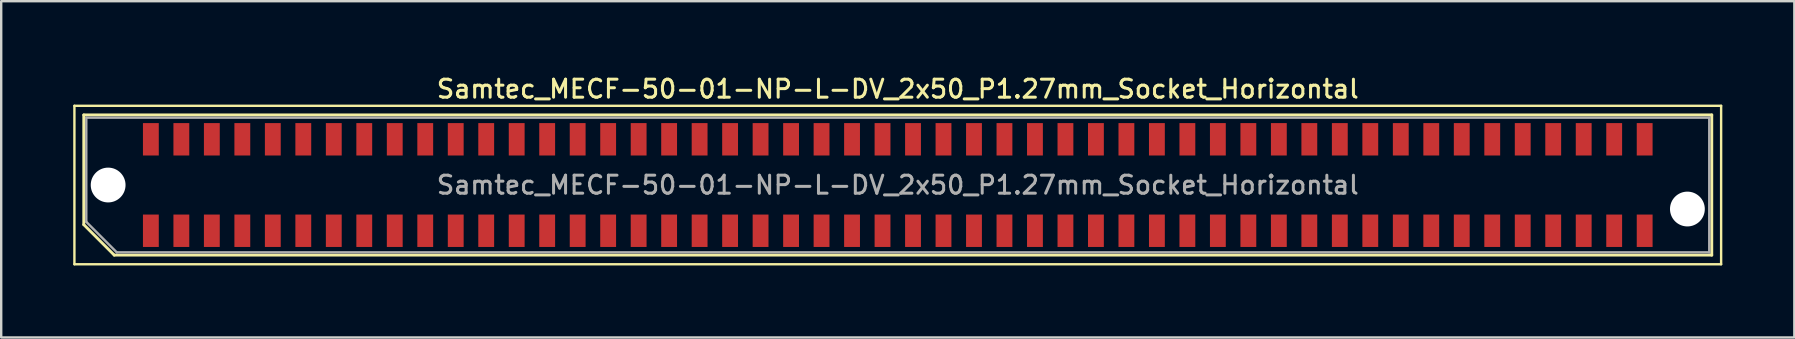
<source format=kicad_pcb>
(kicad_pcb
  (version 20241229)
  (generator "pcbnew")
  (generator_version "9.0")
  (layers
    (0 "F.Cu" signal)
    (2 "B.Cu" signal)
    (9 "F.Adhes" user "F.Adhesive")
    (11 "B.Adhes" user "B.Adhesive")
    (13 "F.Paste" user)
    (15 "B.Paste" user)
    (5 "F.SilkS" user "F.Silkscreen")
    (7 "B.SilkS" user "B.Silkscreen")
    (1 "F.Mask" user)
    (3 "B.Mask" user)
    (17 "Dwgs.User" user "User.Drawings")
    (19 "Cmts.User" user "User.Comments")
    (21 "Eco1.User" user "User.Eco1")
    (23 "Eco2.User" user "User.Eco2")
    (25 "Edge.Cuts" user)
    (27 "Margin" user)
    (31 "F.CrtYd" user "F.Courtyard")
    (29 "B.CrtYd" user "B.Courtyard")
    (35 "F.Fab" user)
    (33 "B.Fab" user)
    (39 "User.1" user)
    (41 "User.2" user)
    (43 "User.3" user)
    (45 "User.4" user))
  (footprint "Samtec_MECF-50-01-NP-L-DV_2x50_P1.27mm_Socket_Horizontal"
    (layer "F.Cu")
    (at 34.35 4.658)
    (property "Reference" "Samtec_MECF-50-01-NP-L-DV_2x50_P1.27mm_Socket_Horizontal" (at 0 -4 0) (layer "F.SilkS") (effects (font (size 0.75 0.75) (thickness 0.125))))
    (attr smd)
    (fp_line (start -34.3 -3.3) (end -34.3 3.3) (stroke (width 0.1) (type solid)) (layer "F.SilkS"))
    (fp_line (start -34.3 3.3) (end 34.3 3.3) (stroke (width 0.1) (type solid)) (layer "F.SilkS"))
    (fp_line (start -33.91 -2.92) (end 33.91 -2.92) (stroke (width 0.12) (type solid)) (layer "F.SilkS"))
    (fp_line (start -33.91 1.65) (end -33.91 -2.92) (stroke (width 0.12) (type solid)) (layer "F.SilkS"))
    (fp_line (start -32.64 2.92) (end -33.91 1.65) (stroke (width 0.12) (type solid)) (layer "F.SilkS"))
    (fp_line (start -32.64 2.92) (end 33.91 2.92) (stroke (width 0.12) (type solid)) (layer "F.SilkS"))
    (fp_line (start 33.91 2.92) (end 33.91 -2.92) (stroke (width 0.12) (type solid)) (layer "F.SilkS"))
    (fp_line (start 34.3 -3.3) (end -34.3 -3.3) (stroke (width 0.1) (type solid)) (layer "F.SilkS"))
    (fp_line (start 34.3 3.3) (end 34.3 -3.3) (stroke (width 0.1) (type solid)) (layer "F.SilkS"))
    (fp_line (start -33.805 -2.805) (end 33.805 -2.805) (stroke (width 0.1) (type solid)) (layer "F.Fab"))
    (fp_line (start -33.805 1.535) (end -33.805 -2.805) (stroke (width 0.1) (type solid)) (layer "F.Fab"))
    (fp_line (start -33.805 1.535) (end -32.535 2.805) (stroke (width 0.1) (type solid)) (layer "F.Fab"))
    (fp_line (start -32.535 2.805) (end 33.805 2.805) (stroke (width 0.1) (type solid)) (layer "F.Fab"))
    (fp_line (start 33.805 2.805) (end 33.805 -2.805) (stroke (width 0.1) (type solid)) (layer "F.Fab"))
    (fp_text user "${REFERENCE}" (at 0 0 0) (layer "F.Fab") (effects (font (size 0.75 0.75) (thickness 0.125))))
    (pad "" np_thru_hole circle (at -32.895 0) (size 1.45 1.45) (drill 1.45) (layers "*.Cu" "*.Mask"))
    (pad "" np_thru_hole circle (at 32.895 1) (size 1.45 1.45) (drill 1.45) (layers "*.Cu" "*.Mask"))
    (pad "1" smd rect (at -31.115 1.905) (size 0.66 1.35) (layers "F.Cu" "F.Mask" "F.Paste"))
    (pad "2" smd rect (at -31.115 -1.905) (size 0.66 1.35) (layers "F.Cu" "F.Mask" "F.Paste"))
    (pad "3" smd rect (at -29.845 1.905) (size 0.66 1.35) (layers "F.Cu" "F.Mask" "F.Paste"))
    (pad "4" smd rect (at -29.845 -1.905) (size 0.66 1.35) (layers "F.Cu" "F.Mask" "F.Paste"))
    (pad "5" smd rect (at -28.575 1.905) (size 0.66 1.35) (layers "F.Cu" "F.Mask" "F.Paste"))
    (pad "6" smd rect (at -28.575 -1.905) (size 0.66 1.35) (layers "F.Cu" "F.Mask" "F.Paste"))
    (pad "7" smd rect (at -27.305 1.905) (size 0.66 1.35) (layers "F.Cu" "F.Mask" "F.Paste"))
    (pad "8" smd rect (at -27.305 -1.905) (size 0.66 1.35) (layers "F.Cu" "F.Mask" "F.Paste"))
    (pad "9" smd rect (at -26.035 1.905) (size 0.66 1.35) (layers "F.Cu" "F.Mask" "F.Paste"))
    (pad "10" smd rect (at -26.035 -1.905) (size 0.66 1.35) (layers "F.Cu" "F.Mask" "F.Paste"))
    (pad "11" smd rect (at -24.765 1.905) (size 0.66 1.35) (layers "F.Cu" "F.Mask" "F.Paste"))
    (pad "12" smd rect (at -24.765 -1.905) (size 0.66 1.35) (layers "F.Cu" "F.Mask" "F.Paste"))
    (pad "13" smd rect (at -23.495 1.905) (size 0.66 1.35) (layers "F.Cu" "F.Mask" "F.Paste"))
    (pad "14" smd rect (at -23.495 -1.905) (size 0.66 1.35) (layers "F.Cu" "F.Mask" "F.Paste"))
    (pad "15" smd rect (at -22.225 1.905) (size 0.66 1.35) (layers "F.Cu" "F.Mask" "F.Paste"))
    (pad "16" smd rect (at -22.225 -1.905) (size 0.66 1.35) (layers "F.Cu" "F.Mask" "F.Paste"))
    (pad "17" smd rect (at -20.955 1.905) (size 0.66 1.35) (layers "F.Cu" "F.Mask" "F.Paste"))
    (pad "18" smd rect (at -20.955 -1.905) (size 0.66 1.35) (layers "F.Cu" "F.Mask" "F.Paste"))
    (pad "19" smd rect (at -19.685 1.905) (size 0.66 1.35) (layers "F.Cu" "F.Mask" "F.Paste"))
    (pad "20" smd rect (at -19.685 -1.905) (size 0.66 1.35) (layers "F.Cu" "F.Mask" "F.Paste"))
    (pad "21" smd rect (at -18.415 1.905) (size 0.66 1.35) (layers "F.Cu" "F.Mask" "F.Paste"))
    (pad "22" smd rect (at -18.415 -1.905) (size 0.66 1.35) (layers "F.Cu" "F.Mask" "F.Paste"))
    (pad "23" smd rect (at -17.145 1.905) (size 0.66 1.35) (layers "F.Cu" "F.Mask" "F.Paste"))
    (pad "24" smd rect (at -17.145 -1.905) (size 0.66 1.35) (layers "F.Cu" "F.Mask" "F.Paste"))
    (pad "25" smd rect (at -15.875 1.905) (size 0.66 1.35) (layers "F.Cu" "F.Mask" "F.Paste"))
    (pad "26" smd rect (at -15.875 -1.905) (size 0.66 1.35) (layers "F.Cu" "F.Mask" "F.Paste"))
    (pad "27" smd rect (at -14.605 1.905) (size 0.66 1.35) (layers "F.Cu" "F.Mask" "F.Paste"))
    (pad "28" smd rect (at -14.605 -1.905) (size 0.66 1.35) (layers "F.Cu" "F.Mask" "F.Paste"))
    (pad "29" smd rect (at -13.335 1.905) (size 0.66 1.35) (layers "F.Cu" "F.Mask" "F.Paste"))
    (pad "30" smd rect (at -13.335 -1.905) (size 0.66 1.35) (layers "F.Cu" "F.Mask" "F.Paste"))
    (pad "31" smd rect (at -12.065 1.905) (size 0.66 1.35) (layers "F.Cu" "F.Mask" "F.Paste"))
    (pad "32" smd rect (at -12.065 -1.905) (size 0.66 1.35) (layers "F.Cu" "F.Mask" "F.Paste"))
    (pad "33" smd rect (at -10.795 1.905) (size 0.66 1.35) (layers "F.Cu" "F.Mask" "F.Paste"))
    (pad "34" smd rect (at -10.795 -1.905) (size 0.66 1.35) (layers "F.Cu" "F.Mask" "F.Paste"))
    (pad "35" smd rect (at -9.525 1.905) (size 0.66 1.35) (layers "F.Cu" "F.Mask" "F.Paste"))
    (pad "36" smd rect (at -9.525 -1.905) (size 0.66 1.35) (layers "F.Cu" "F.Mask" "F.Paste"))
    (pad "37" smd rect (at -8.255 1.905) (size 0.66 1.35) (layers "F.Cu" "F.Mask" "F.Paste"))
    (pad "38" smd rect (at -8.255 -1.905) (size 0.66 1.35) (layers "F.Cu" "F.Mask" "F.Paste"))
    (pad "39" smd rect (at -6.985 1.905) (size 0.66 1.35) (layers "F.Cu" "F.Mask" "F.Paste"))
    (pad "40" smd rect (at -6.985 -1.905) (size 0.66 1.35) (layers "F.Cu" "F.Mask" "F.Paste"))
    (pad "41" smd rect (at -5.715 1.905) (size 0.66 1.35) (layers "F.Cu" "F.Mask" "F.Paste"))
    (pad "42" smd rect (at -5.715 -1.905) (size 0.66 1.35) (layers "F.Cu" "F.Mask" "F.Paste"))
    (pad "43" smd rect (at -4.445 1.905) (size 0.66 1.35) (layers "F.Cu" "F.Mask" "F.Paste"))
    (pad "44" smd rect (at -4.445 -1.905) (size 0.66 1.35) (layers "F.Cu" "F.Mask" "F.Paste"))
    (pad "45" smd rect (at -3.175 1.905) (size 0.66 1.35) (layers "F.Cu" "F.Mask" "F.Paste"))
    (pad "46" smd rect (at -3.175 -1.905) (size 0.66 1.35) (layers "F.Cu" "F.Mask" "F.Paste"))
    (pad "47" smd rect (at -1.905 1.905) (size 0.66 1.35) (layers "F.Cu" "F.Mask" "F.Paste"))
    (pad "48" smd rect (at -1.905 -1.905) (size 0.66 1.35) (layers "F.Cu" "F.Mask" "F.Paste"))
    (pad "49" smd rect (at -0.635 1.905) (size 0.66 1.35) (layers "F.Cu" "F.Mask" "F.Paste"))
    (pad "50" smd rect (at -0.635 -1.905) (size 0.66 1.35) (layers "F.Cu" "F.Mask" "F.Paste"))
    (pad "51" smd rect (at 0.635 1.905) (size 0.66 1.35) (layers "F.Cu" "F.Mask" "F.Paste"))
    (pad "52" smd rect (at 0.635 -1.905) (size 0.66 1.35) (layers "F.Cu" "F.Mask" "F.Paste"))
    (pad "53" smd rect (at 1.905 1.905) (size 0.66 1.35) (layers "F.Cu" "F.Mask" "F.Paste"))
    (pad "54" smd rect (at 1.905 -1.905) (size 0.66 1.35) (layers "F.Cu" "F.Mask" "F.Paste"))
    (pad "55" smd rect (at 3.175 1.905) (size 0.66 1.35) (layers "F.Cu" "F.Mask" "F.Paste"))
    (pad "56" smd rect (at 3.175 -1.905) (size 0.66 1.35) (layers "F.Cu" "F.Mask" "F.Paste"))
    (pad "57" smd rect (at 4.445 1.905) (size 0.66 1.35) (layers "F.Cu" "F.Mask" "F.Paste"))
    (pad "58" smd rect (at 4.445 -1.905) (size 0.66 1.35) (layers "F.Cu" "F.Mask" "F.Paste"))
    (pad "59" smd rect (at 5.715 1.905) (size 0.66 1.35) (layers "F.Cu" "F.Mask" "F.Paste"))
    (pad "60" smd rect (at 5.715 -1.905) (size 0.66 1.35) (layers "F.Cu" "F.Mask" "F.Paste"))
    (pad "61" smd rect (at 6.985 1.905) (size 0.66 1.35) (layers "F.Cu" "F.Mask" "F.Paste"))
    (pad "62" smd rect (at 6.985 -1.905) (size 0.66 1.35) (layers "F.Cu" "F.Mask" "F.Paste"))
    (pad "63" smd rect (at 8.255 1.905) (size 0.66 1.35) (layers "F.Cu" "F.Mask" "F.Paste"))
    (pad "64" smd rect (at 8.255 -1.905) (size 0.66 1.35) (layers "F.Cu" "F.Mask" "F.Paste"))
    (pad "65" smd rect (at 9.525 1.905) (size 0.66 1.35) (layers "F.Cu" "F.Mask" "F.Paste"))
    (pad "66" smd rect (at 9.525 -1.905) (size 0.66 1.35) (layers "F.Cu" "F.Mask" "F.Paste"))
    (pad "67" smd rect (at 10.795 1.905) (size 0.66 1.35) (layers "F.Cu" "F.Mask" "F.Paste"))
    (pad "68" smd rect (at 10.795 -1.905) (size 0.66 1.35) (layers "F.Cu" "F.Mask" "F.Paste"))
    (pad "69" smd rect (at 12.065 1.905) (size 0.66 1.35) (layers "F.Cu" "F.Mask" "F.Paste"))
    (pad "70" smd rect (at 12.065 -1.905) (size 0.66 1.35) (layers "F.Cu" "F.Mask" "F.Paste"))
    (pad "71" smd rect (at 13.335 1.905) (size 0.66 1.35) (layers "F.Cu" "F.Mask" "F.Paste"))
    (pad "72" smd rect (at 13.335 -1.905) (size 0.66 1.35) (layers "F.Cu" "F.Mask" "F.Paste"))
    (pad "73" smd rect (at 14.605 1.905) (size 0.66 1.35) (layers "F.Cu" "F.Mask" "F.Paste"))
    (pad "74" smd rect (at 14.605 -1.905) (size 0.66 1.35) (layers "F.Cu" "F.Mask" "F.Paste"))
    (pad "75" smd rect (at 15.875 1.905) (size 0.66 1.35) (layers "F.Cu" "F.Mask" "F.Paste"))
    (pad "76" smd rect (at 15.875 -1.905) (size 0.66 1.35) (layers "F.Cu" "F.Mask" "F.Paste"))
    (pad "77" smd rect (at 17.145 1.905) (size 0.66 1.35) (layers "F.Cu" "F.Mask" "F.Paste"))
    (pad "78" smd rect (at 17.145 -1.905) (size 0.66 1.35) (layers "F.Cu" "F.Mask" "F.Paste"))
    (pad "79" smd rect (at 18.415 1.905) (size 0.66 1.35) (layers "F.Cu" "F.Mask" "F.Paste"))
    (pad "80" smd rect (at 18.415 -1.905) (size 0.66 1.35) (layers "F.Cu" "F.Mask" "F.Paste"))
    (pad "81" smd rect (at 19.685 1.905) (size 0.66 1.35) (layers "F.Cu" "F.Mask" "F.Paste"))
    (pad "82" smd rect (at 19.685 -1.905) (size 0.66 1.35) (layers "F.Cu" "F.Mask" "F.Paste"))
    (pad "83" smd rect (at 20.955 1.905) (size 0.66 1.35) (layers "F.Cu" "F.Mask" "F.Paste"))
    (pad "84" smd rect (at 20.955 -1.905) (size 0.66 1.35) (layers "F.Cu" "F.Mask" "F.Paste"))
    (pad "85" smd rect (at 22.225 1.905) (size 0.66 1.35) (layers "F.Cu" "F.Mask" "F.Paste"))
    (pad "86" smd rect (at 22.225 -1.905) (size 0.66 1.35) (layers "F.Cu" "F.Mask" "F.Paste"))
    (pad "87" smd rect (at 23.495 1.905) (size 0.66 1.35) (layers "F.Cu" "F.Mask" "F.Paste"))
    (pad "88" smd rect (at 23.495 -1.905) (size 0.66 1.35) (layers "F.Cu" "F.Mask" "F.Paste"))
    (pad "89" smd rect (at 24.765 1.905) (size 0.66 1.35) (layers "F.Cu" "F.Mask" "F.Paste"))
    (pad "90" smd rect (at 24.765 -1.905) (size 0.66 1.35) (layers "F.Cu" "F.Mask" "F.Paste"))
    (pad "91" smd rect (at 26.035 1.905) (size 0.66 1.35) (layers "F.Cu" "F.Mask" "F.Paste"))
    (pad "92" smd rect (at 26.035 -1.905) (size 0.66 1.35) (layers "F.Cu" "F.Mask" "F.Paste"))
    (pad "93" smd rect (at 27.305 1.905) (size 0.66 1.35) (layers "F.Cu" "F.Mask" "F.Paste"))
    (pad "94" smd rect (at 27.305 -1.905) (size 0.66 1.35) (layers "F.Cu" "F.Mask" "F.Paste"))
    (pad "95" smd rect (at 28.575 1.905) (size 0.66 1.35) (layers "F.Cu" "F.Mask" "F.Paste"))
    (pad "96" smd rect (at 28.575 -1.905) (size 0.66 1.35) (layers "F.Cu" "F.Mask" "F.Paste"))
    (pad "97" smd rect (at 29.845 1.905) (size 0.66 1.35) (layers "F.Cu" "F.Mask" "F.Paste"))
    (pad "98" smd rect (at 29.845 -1.905) (size 0.66 1.35) (layers "F.Cu" "F.Mask" "F.Paste"))
    (pad "99" smd rect (at 31.115 1.905) (size 0.66 1.35) (layers "F.Cu" "F.Mask" "F.Paste"))
    (pad "100" smd rect (at 31.115 -1.905) (size 0.66 1.35) (layers "F.Cu" "F.Mask" "F.Paste")))
  (gr_rect
    (start -3 -3)
    (end 71.7 11.008)
    (stroke (width 0.1) (type default))
    (fill no)
    (layer "Edge.Cuts")))
</source>
